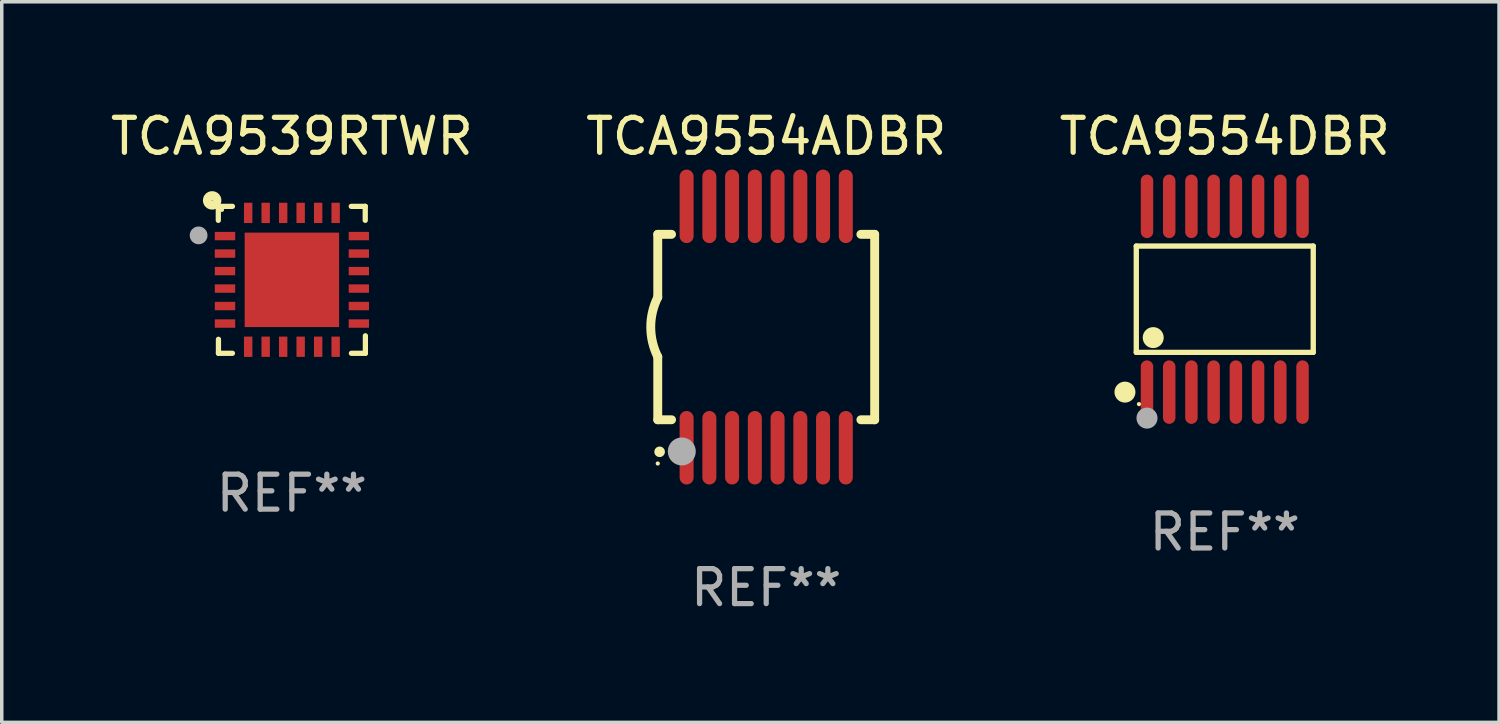
<source format=kicad_pcb>
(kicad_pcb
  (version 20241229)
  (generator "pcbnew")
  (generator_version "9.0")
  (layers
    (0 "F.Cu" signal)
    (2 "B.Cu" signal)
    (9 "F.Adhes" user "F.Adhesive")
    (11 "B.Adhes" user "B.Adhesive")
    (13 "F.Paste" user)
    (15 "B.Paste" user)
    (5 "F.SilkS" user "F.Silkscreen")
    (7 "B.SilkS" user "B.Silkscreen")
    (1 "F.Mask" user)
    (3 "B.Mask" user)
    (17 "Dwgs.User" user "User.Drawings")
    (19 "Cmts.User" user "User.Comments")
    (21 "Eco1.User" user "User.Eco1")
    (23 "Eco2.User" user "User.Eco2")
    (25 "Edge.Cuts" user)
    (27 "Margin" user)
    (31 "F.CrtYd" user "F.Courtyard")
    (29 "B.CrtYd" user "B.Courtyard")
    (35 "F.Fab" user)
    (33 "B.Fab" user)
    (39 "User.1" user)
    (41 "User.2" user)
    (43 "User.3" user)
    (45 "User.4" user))
  (footprint "TCA9539RTWR"
    (layer "F.Cu")
    (at 5.292 4.948)
    (property "Reference" "TCA9539RTWR" (at 0 -4.1 0) (layer "F.SilkS") (effects (font (size 1 1) (thickness 0.15))))
    (attr through_hole)
    (fp_line (start -2.102 -2.1) (end -1.698 -2.1) (stroke (width 0.15) (type solid)) (layer "F.SilkS"))
    (fp_line (start -2.102 -1.7) (end -2.102 -2.1) (stroke (width 0.15) (type solid)) (layer "F.SilkS"))
    (fp_line (start -2.098 1.7) (end -2.098 2.1) (stroke (width 0.15) (type solid)) (layer "F.SilkS"))
    (fp_line (start -2.098 2.1) (end -1.698 2.1) (stroke (width 0.15) (type solid)) (layer "F.SilkS"))
    (fp_line (start 1.698 -2.1) (end 2.098 -2.1) (stroke (width 0.15) (type solid)) (layer "F.SilkS"))
    (fp_line (start 2.098 -2.1) (end 2.098 -1.7) (stroke (width 0.15) (type solid)) (layer "F.SilkS"))
    (fp_line (start 2.102 1.6) (end 2.102 2.1) (stroke (width 0.15) (type solid)) (layer "F.SilkS"))
    (fp_line (start 2.102 2.1) (end 1.702 2.1) (stroke (width 0.15) (type solid)) (layer "F.SilkS"))
    (fp_circle (center -2.278 -2.27) (end -2.268 -2.27) (stroke (width 0.254) (type solid)) (fill no) (layer "F.SilkS"))
    (fp_circle (center -1.998 -2) (end -1.968 -2) (stroke (width 0.06) (type solid)) (fill no) (layer "F.SilkS"))
    (fp_circle (center -2.665 -1.27) (end -2.538 -1.27) (stroke (width 0.254) (type solid)) (fill no) (layer "F.Fab"))
    (fp_text user "REF**" (at 0 6.1 0) (layer "F.Fab") (effects (font (size 1 1) (thickness 0.15))))
    (pad "1" smd rect (at -1.911 -1.25) (size 0.584 0.24) (layers "F.Cu" "F.Mask" "F.Paste"))
    (pad "2" smd rect (at -1.911 -0.75) (size 0.584 0.24) (layers "F.Cu" "F.Mask" "F.Paste"))
    (pad "3" smd rect (at -1.911 -0.25) (size 0.584 0.24) (layers "F.Cu" "F.Mask" "F.Paste"))
    (pad "4" smd rect (at -1.911 0.25) (size 0.584 0.24) (layers "F.Cu" "F.Mask" "F.Paste"))
    (pad "5" smd rect (at -1.911 0.75) (size 0.584 0.24) (layers "F.Cu" "F.Mask" "F.Paste"))
    (pad "6" smd rect (at -1.911 1.25) (size 0.584 0.24) (layers "F.Cu" "F.Mask" "F.Paste"))
    (pad "7" smd rect (at -1.248 1.913) (size 0.24 0.58) (layers "F.Cu" "F.Mask" "F.Paste"))
    (pad "8" smd rect (at -0.748 1.913) (size 0.24 0.58) (layers "F.Cu" "F.Mask" "F.Paste"))
    (pad "9" smd rect (at -0.248 1.913) (size 0.24 0.58) (layers "F.Cu" "F.Mask" "F.Paste"))
    (pad "10" smd rect (at 0.252 1.913) (size 0.24 0.58) (layers "F.Cu" "F.Mask" "F.Paste"))
    (pad "11" smd rect (at 0.752 1.913) (size 0.24 0.58) (layers "F.Cu" "F.Mask" "F.Paste"))
    (pad "12" smd rect (at 1.252 1.913) (size 0.24 0.58) (layers "F.Cu" "F.Mask" "F.Paste"))
    (pad "13" smd rect (at 1.915 1.25) (size 0.58 0.24) (layers "F.Cu" "F.Mask" "F.Paste"))
    (pad "14" smd rect (at 1.915 0.75) (size 0.58 0.24) (layers "F.Cu" "F.Mask" "F.Paste"))
    (pad "15" smd rect (at 1.915 0.25) (size 0.58 0.24) (layers "F.Cu" "F.Mask" "F.Paste"))
    (pad "16" smd rect (at 1.915 -0.25) (size 0.58 0.24) (layers "F.Cu" "F.Mask" "F.Paste"))
    (pad "17" smd rect (at 1.915 -0.75) (size 0.58 0.24) (layers "F.Cu" "F.Mask" "F.Paste"))
    (pad "18" smd rect (at 1.915 -1.25) (size 0.58 0.24) (layers "F.Cu" "F.Mask" "F.Paste"))
    (pad "19" smd rect (at 1.252 -1.913) (size 0.24 0.58) (layers "F.Cu" "F.Mask" "F.Paste"))
    (pad "20" smd rect (at 0.752 -1.913) (size 0.24 0.58) (layers "F.Cu" "F.Mask" "F.Paste"))
    (pad "21" smd rect (at 0.252 -1.913) (size 0.24 0.58) (layers "F.Cu" "F.Mask" "F.Paste"))
    (pad "22" smd rect (at -0.248 -1.913) (size 0.24 0.58) (layers "F.Cu" "F.Mask" "F.Paste"))
    (pad "23" smd rect (at -0.748 -1.913) (size 0.24 0.58) (layers "F.Cu" "F.Mask" "F.Paste"))
    (pad "24" smd rect (at -1.248 -1.913) (size 0.24 0.58) (layers "F.Cu" "F.Mask" "F.Paste"))
    (pad "25" smd rect (at 0.001 0.001) (size 2.7 2.7) (layers "F.Cu" "F.Mask" "F.Paste")))
  (footprint "TCA9554ADBR"
    (layer "F.Cu")
    (at 18.851 6.298)
    (property "Reference" "TCA9554ADBR" (at 0 -5.45 0) (layer "F.SilkS") (effects (font (size 1 1) (thickness 0.15))))
    (attr through_hole)
    (fp_line (start -3.1 -2.65) (end -3.1 -0.85) (stroke (width 0.254) (type solid)) (layer "F.SilkS"))
    (fp_line (start -3.1 -2.65) (end -2.706 -2.65) (stroke (width 0.254) (type solid)) (layer "F.SilkS"))
    (fp_line (start -3.1 2.65) (end -3.1 0.85) (stroke (width 0.254) (type solid)) (layer "F.SilkS"))
    (fp_line (start -3.1 2.65) (end -2.706 2.65) (stroke (width 0.254) (type solid)) (layer "F.SilkS"))
    (fp_line (start 2.706 -2.65) (end 3.1 -2.65) (stroke (width 0.254) (type solid)) (layer "F.SilkS"))
    (fp_line (start 2.706 2.65) (end 3.1 2.65) (stroke (width 0.254) (type solid)) (layer "F.SilkS"))
    (fp_line (start 3.1 -2.65) (end 3.1 2.65) (stroke (width 0.254) (type solid)) (layer "F.SilkS"))
    (fp_arc (start -3.098907 0.850902) (mid -3.300057 0.000523) (end -3.1 -0.850114) (stroke (width 0.254001) (type solid)) (layer "F.SilkS"))
    (fp_arc (start -3.048006 3.566066) (mid -3.046736 3.566061) (end -3.045466 3.566066) (stroke (width 0.3) (type solid)) (layer "F.SilkS"))
    (fp_circle (center -3.1 3.9) (end -3.07 3.9) (stroke (width 0.06) (type solid)) (fill no) (layer "F.SilkS"))
    (fp_circle (center -2.413 3.556) (end -2.213 3.556) (stroke (width 0.4) (type solid)) (fill no) (layer "F.Fab"))
    (fp_text user "REF**" (at 0 7.45 0) (layer "F.Fab") (effects (font (size 1 1) (thickness 0.15))))
    (pad "1" smd oval (at -2.275 3.45 180) (size 0.4 2.1) (layers "F.Cu" "F.Mask" "F.Paste"))
    (pad "2" smd oval (at -1.625 3.45 180) (size 0.4 2.1) (layers "F.Cu" "F.Mask" "F.Paste"))
    (pad "3" smd oval (at -0.975 3.45 180) (size 0.4 2.1) (layers "F.Cu" "F.Mask" "F.Paste"))
    (pad "4" smd oval (at -0.325 3.45 180) (size 0.4 2.1) (layers "F.Cu" "F.Mask" "F.Paste"))
    (pad "5" smd oval (at 0.325 3.45 180) (size 0.4 2.1) (layers "F.Cu" "F.Mask" "F.Paste"))
    (pad "6" smd oval (at 0.975 3.45 180) (size 0.4 2.1) (layers "F.Cu" "F.Mask" "F.Paste"))
    (pad "7" smd oval (at 1.625 3.45 180) (size 0.4 2.1) (layers "F.Cu" "F.Mask" "F.Paste"))
    (pad "8" smd oval (at 2.275 3.45 180) (size 0.4 2.1) (layers "F.Cu" "F.Mask" "F.Paste"))
    (pad "9" smd oval (at 2.275 -3.45 180) (size 0.4 2.1) (layers "F.Cu" "F.Mask" "F.Paste"))
    (pad "10" smd oval (at 1.625 -3.45 180) (size 0.4 2.1) (layers "F.Cu" "F.Mask" "F.Paste"))
    (pad "11" smd oval (at 0.975 -3.45 180) (size 0.4 2.1) (layers "F.Cu" "F.Mask" "F.Paste"))
    (pad "12" smd oval (at 0.325 -3.45 180) (size 0.4 2.1) (layers "F.Cu" "F.Mask" "F.Paste"))
    (pad "13" smd oval (at -0.325 -3.45 180) (size 0.4 2.1) (layers "F.Cu" "F.Mask" "F.Paste"))
    (pad "14" smd oval (at -0.975 -3.45 180) (size 0.4 2.1) (layers "F.Cu" "F.Mask" "F.Paste"))
    (pad "15" smd oval (at -1.625 -3.45 180) (size 0.4 2.1) (layers "F.Cu" "F.Mask" "F.Paste"))
    (pad "16" smd oval (at -2.275 -3.45 180) (size 0.4 2.1) (layers "F.Cu" "F.Mask" "F.Paste")))
  (footprint "TCA9554DBR"
    (layer "F.Cu")
    (at 31.958 5.503)
    (property "Reference" "TCA9554DBR" (at 0 -4.655 0) (layer "F.SilkS") (effects (font (size 1 1) (thickness 0.15))))
    (attr through_hole)
    (fp_line (start -2.529 -1.519) (end 2.529 -1.519) (stroke (width 0.152) (type solid)) (layer "F.SilkS"))
    (fp_line (start -2.529 1.519) (end -2.529 -1.519) (stroke (width 0.152) (type solid)) (layer "F.SilkS"))
    (fp_line (start 2.529 -1.519) (end 2.529 1.519) (stroke (width 0.152) (type solid)) (layer "F.SilkS"))
    (fp_line (start 2.529 1.519) (end -2.529 1.519) (stroke (width 0.152) (type solid)) (layer "F.SilkS"))
    (fp_circle (center -2.853 2.655) (end -2.703 2.655) (stroke (width 0.3) (type solid)) (fill no) (layer "F.SilkS"))
    (fp_circle (center -2.453 2.998) (end -2.423 2.998) (stroke (width 0.06) (type solid)) (fill no) (layer "F.SilkS"))
    (fp_circle (center -2.045 1.097) (end -1.895 1.097) (stroke (width 0.3) (type solid)) (fill no) (layer "F.SilkS"))
    (fp_circle (center -2.223 3.398) (end -2.072 3.398) (stroke (width 0.3) (type solid)) (fill no) (layer "F.Fab"))
    (fp_text user "REF**" (at 0 6.655 0) (layer "F.Fab") (effects (font (size 1 1) (thickness 0.15))))
    (pad "1" smd oval (at -2.223 2.655) (size 0.356 1.815) (layers "F.Cu" "F.Mask" "F.Paste"))
    (pad "2" smd oval (at -1.588 2.655) (size 0.356 1.815) (layers "F.Cu" "F.Mask" "F.Paste"))
    (pad "3" smd oval (at -0.953 2.655) (size 0.356 1.815) (layers "F.Cu" "F.Mask" "F.Paste"))
    (pad "4" smd oval (at -0.318 2.655) (size 0.356 1.815) (layers "F.Cu" "F.Mask" "F.Paste"))
    (pad "5" smd oval (at 0.318 2.655) (size 0.356 1.815) (layers "F.Cu" "F.Mask" "F.Paste"))
    (pad "6" smd oval (at 0.953 2.655) (size 0.356 1.815) (layers "F.Cu" "F.Mask" "F.Paste"))
    (pad "7" smd oval (at 1.588 2.655) (size 0.356 1.815) (layers "F.Cu" "F.Mask" "F.Paste"))
    (pad "8" smd oval (at 2.223 2.655) (size 0.356 1.815) (layers "F.Cu" "F.Mask" "F.Paste"))
    (pad "9" smd oval (at 2.223 -2.655) (size 0.356 1.815) (layers "F.Cu" "F.Mask" "F.Paste"))
    (pad "10" smd oval (at 1.588 -2.655) (size 0.356 1.815) (layers "F.Cu" "F.Mask" "F.Paste"))
    (pad "11" smd oval (at 0.953 -2.655) (size 0.356 1.815) (layers "F.Cu" "F.Mask" "F.Paste"))
    (pad "12" smd oval (at 0.318 -2.655) (size 0.356 1.815) (layers "F.Cu" "F.Mask" "F.Paste"))
    (pad "13" smd oval (at -0.318 -2.655) (size 0.356 1.815) (layers "F.Cu" "F.Mask" "F.Paste"))
    (pad "14" smd oval (at -0.953 -2.655) (size 0.356 1.815) (layers "F.Cu" "F.Mask" "F.Paste"))
    (pad "15" smd oval (at -1.588 -2.655) (size 0.356 1.815) (layers "F.Cu" "F.Mask" "F.Paste"))
    (pad "16" smd oval (at -2.223 -2.655) (size 0.356 1.815) (layers "F.Cu" "F.Mask" "F.Paste")))
  (gr_rect
    (start -3 -3)
    (end 39.798 17.597)
    (stroke (width 0.1) (type default))
    (fill no)
    (layer "Edge.Cuts")))
</source>
